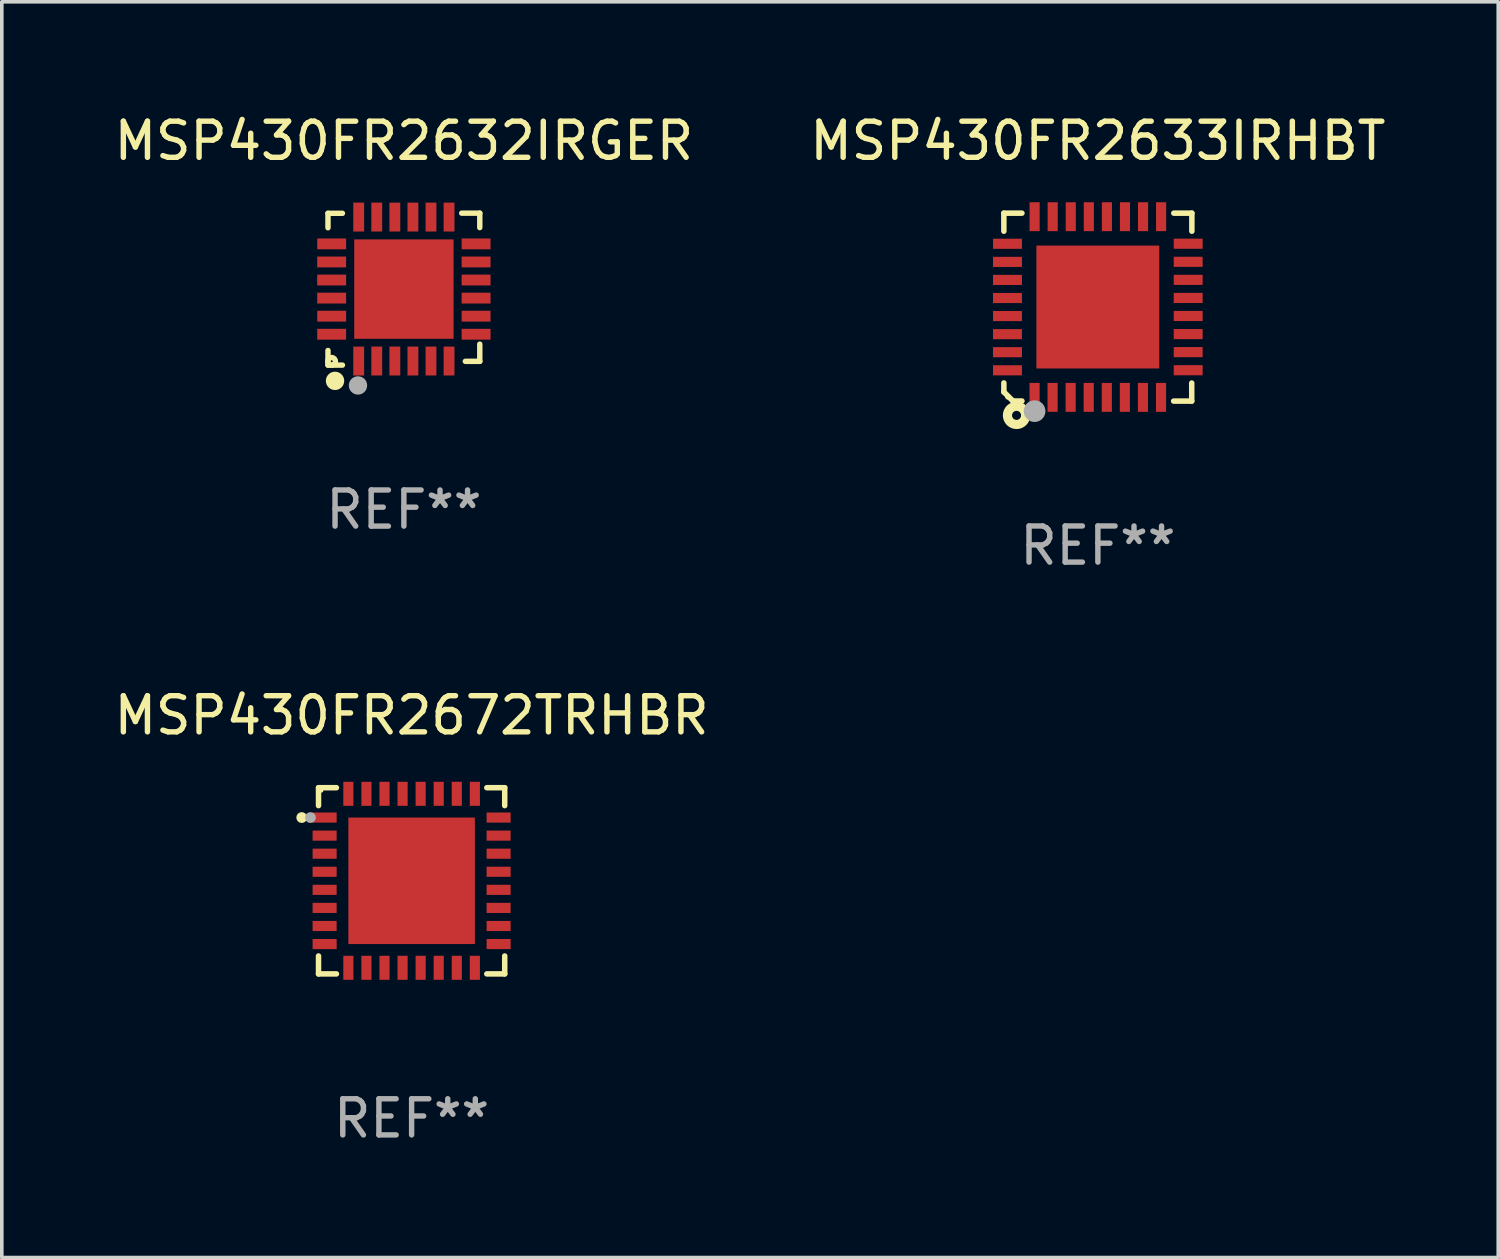
<source format=kicad_pcb>
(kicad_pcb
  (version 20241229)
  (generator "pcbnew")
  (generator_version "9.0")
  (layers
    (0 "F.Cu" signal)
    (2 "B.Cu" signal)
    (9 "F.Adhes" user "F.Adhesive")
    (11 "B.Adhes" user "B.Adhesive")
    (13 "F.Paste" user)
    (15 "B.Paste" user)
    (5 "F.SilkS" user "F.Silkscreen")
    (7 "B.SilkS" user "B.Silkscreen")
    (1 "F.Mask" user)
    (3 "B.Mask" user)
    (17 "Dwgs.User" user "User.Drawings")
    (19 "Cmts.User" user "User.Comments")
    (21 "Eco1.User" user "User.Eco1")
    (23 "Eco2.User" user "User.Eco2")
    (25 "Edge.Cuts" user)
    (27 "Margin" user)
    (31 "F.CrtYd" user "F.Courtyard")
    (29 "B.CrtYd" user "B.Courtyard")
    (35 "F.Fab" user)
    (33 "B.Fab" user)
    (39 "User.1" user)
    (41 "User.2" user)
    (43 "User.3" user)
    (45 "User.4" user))
  (footprint "MSP430FR2672TRHBR"
    (layer "F.Cu")
    (at 8.339 21.321)
    (property "Reference" "MSP430FR2672TRHBR" (at 0 -4.576 0) (layer "F.SilkS") (effects (font (size 1 1) (thickness 0.15))))
    (attr through_hole)
    (fp_line (start -2.576 -2.576) (end -2.576 -2.08) (stroke (width 0.152) (type solid)) (layer "F.SilkS"))
    (fp_line (start -2.576 2.576) (end -2.576 2.08) (stroke (width 0.152) (type solid)) (layer "F.SilkS"))
    (fp_line (start -2.08 -2.576) (end -2.576 -2.576) (stroke (width 0.152) (type solid)) (layer "F.SilkS"))
    (fp_line (start -2.08 2.576) (end -2.576 2.576) (stroke (width 0.152) (type solid)) (layer "F.SilkS"))
    (fp_line (start 2.08 -2.576) (end 2.576 -2.576) (stroke (width 0.152) (type solid)) (layer "F.SilkS"))
    (fp_line (start 2.08 2.576) (end 2.576 2.576) (stroke (width 0.152) (type solid)) (layer "F.SilkS"))
    (fp_line (start 2.576 -2.576) (end 2.576 -2.08) (stroke (width 0.152) (type solid)) (layer "F.SilkS"))
    (fp_line (start 2.576 2.576) (end 2.576 2.08) (stroke (width 0.152) (type solid)) (layer "F.SilkS"))
    (fp_circle (center -3.04 -1.75) (end -2.965 -1.75) (stroke (width 0.15) (type solid)) (fill no) (layer "F.SilkS"))
    (fp_circle (center -2.5 -2.5) (end -2.47 -2.5) (stroke (width 0.06) (type solid)) (fill no) (layer "F.SilkS"))
    (fp_circle (center -2.8 -1.75) (end -2.725 -1.75) (stroke (width 0.15) (type solid)) (fill no) (layer "F.Fab"))
    (fp_text user "REF**" (at 0 6.576 0) (layer "F.Fab") (effects (font (size 1 1) (thickness 0.15))))
    (pad "1" smd rect (at -2.407 -1.75) (size 0.665 0.28) (layers "F.Cu" "F.Mask" "F.Paste"))
    (pad "2" smd rect (at -2.407 -1.25) (size 0.665 0.28) (layers "F.Cu" "F.Mask" "F.Paste"))
    (pad "3" smd rect (at -2.407 -0.75) (size 0.665 0.28) (layers "F.Cu" "F.Mask" "F.Paste"))
    (pad "4" smd rect (at -2.407 -0.25) (size 0.665 0.28) (layers "F.Cu" "F.Mask" "F.Paste"))
    (pad "5" smd rect (at -2.407 0.25) (size 0.665 0.28) (layers "F.Cu" "F.Mask" "F.Paste"))
    (pad "6" smd rect (at -2.407 0.75) (size 0.665 0.28) (layers "F.Cu" "F.Mask" "F.Paste"))
    (pad "7" smd rect (at -2.407 1.25) (size 0.665 0.28) (layers "F.Cu" "F.Mask" "F.Paste"))
    (pad "8" smd rect (at -2.407 1.75) (size 0.665 0.28) (layers "F.Cu" "F.Mask" "F.Paste"))
    (pad "9" smd rect (at -1.75 2.407) (size 0.28 0.665) (layers "F.Cu" "F.Mask" "F.Paste"))
    (pad "10" smd rect (at -1.25 2.407) (size 0.28 0.665) (layers "F.Cu" "F.Mask" "F.Paste"))
    (pad "11" smd rect (at -0.75 2.407) (size 0.28 0.665) (layers "F.Cu" "F.Mask" "F.Paste"))
    (pad "12" smd rect (at -0.25 2.407) (size 0.28 0.665) (layers "F.Cu" "F.Mask" "F.Paste"))
    (pad "13" smd rect (at 0.25 2.407) (size 0.28 0.665) (layers "F.Cu" "F.Mask" "F.Paste"))
    (pad "14" smd rect (at 0.75 2.407) (size 0.28 0.665) (layers "F.Cu" "F.Mask" "F.Paste"))
    (pad "15" smd rect (at 1.25 2.407) (size 0.28 0.665) (layers "F.Cu" "F.Mask" "F.Paste"))
    (pad "16" smd rect (at 1.75 2.407) (size 0.28 0.665) (layers "F.Cu" "F.Mask" "F.Paste"))
    (pad "17" smd rect (at 2.407 1.75) (size 0.665 0.28) (layers "F.Cu" "F.Mask" "F.Paste"))
    (pad "18" smd rect (at 2.407 1.25) (size 0.665 0.28) (layers "F.Cu" "F.Mask" "F.Paste"))
    (pad "19" smd rect (at 2.407 0.75) (size 0.665 0.28) (layers "F.Cu" "F.Mask" "F.Paste"))
    (pad "20" smd rect (at 2.407 0.25) (size 0.665 0.28) (layers "F.Cu" "F.Mask" "F.Paste"))
    (pad "21" smd rect (at 2.407 -0.25) (size 0.665 0.28) (layers "F.Cu" "F.Mask" "F.Paste"))
    (pad "22" smd rect (at 2.407 -0.75) (size 0.665 0.28) (layers "F.Cu" "F.Mask" "F.Paste"))
    (pad "23" smd rect (at 2.407 -1.25) (size 0.665 0.28) (layers "F.Cu" "F.Mask" "F.Paste"))
    (pad "24" smd rect (at 2.407 -1.75) (size 0.665 0.28) (layers "F.Cu" "F.Mask" "F.Paste"))
    (pad "25" smd rect (at 1.75 -2.407) (size 0.28 0.665) (layers "F.Cu" "F.Mask" "F.Paste"))
    (pad "26" smd rect (at 1.25 -2.407) (size 0.28 0.665) (layers "F.Cu" "F.Mask" "F.Paste"))
    (pad "27" smd rect (at 0.75 -2.407) (size 0.28 0.665) (layers "F.Cu" "F.Mask" "F.Paste"))
    (pad "28" smd rect (at 0.25 -2.407) (size 0.28 0.665) (layers "F.Cu" "F.Mask" "F.Paste"))
    (pad "29" smd rect (at -0.25 -2.407) (size 0.28 0.665) (layers "F.Cu" "F.Mask" "F.Paste"))
    (pad "30" smd rect (at -0.75 -2.407) (size 0.28 0.665) (layers "F.Cu" "F.Mask" "F.Paste"))
    (pad "31" smd rect (at -1.25 -2.407) (size 0.28 0.665) (layers "F.Cu" "F.Mask" "F.Paste"))
    (pad "32" smd rect (at -1.75 -2.407) (size 0.28 0.665) (layers "F.Cu" "F.Mask" "F.Paste"))
    (pad "33" smd rect (at 0 0) (size 3.5 3.5) (layers "F.Cu" "F.Mask" "F.Paste")))
  (footprint "MSP430FR2632IRGER"
    (layer "F.Cu")
    (at 8.125 4.95)
    (property "Reference" "MSP430FR2632IRGER" (at 0 -4.102 0) (layer "F.SilkS") (effects (font (size 1 1) (thickness 0.15))))
    (attr through_hole)
    (fp_line (start -2.1 -2.098) (end -1.7 -2.098) (stroke (width 0.15) (type solid)) (layer "F.SilkS"))
    (fp_line (start -2.1 -1.698) (end -2.1 -2.098) (stroke (width 0.15) (type solid)) (layer "F.SilkS"))
    (fp_line (start -2.1 2.102) (end -2.1 1.698) (stroke (width 0.15) (type solid)) (layer "F.SilkS"))
    (fp_line (start -1.7 2.102) (end -2.1 2.102) (stroke (width 0.15) (type solid)) (layer "F.SilkS"))
    (fp_line (start 1.6 -2.102) (end 2.1 -2.102) (stroke (width 0.15) (type solid)) (layer "F.SilkS"))
    (fp_line (start 1.7 1.998) (end 2.1 1.998) (stroke (width 0.15) (type solid)) (layer "F.SilkS"))
    (fp_line (start 2.1 -2.102) (end 2.1 -1.702) (stroke (width 0.15) (type solid)) (layer "F.SilkS"))
    (fp_line (start 2.1 1.998) (end 2.1 1.522) (stroke (width 0.15) (type solid)) (layer "F.SilkS"))
    (fp_circle (center -2 1.998) (end -1.97 1.998) (stroke (width 0.15) (type solid)) (fill no) (layer "F.SilkS"))
    (fp_circle (center -1.905 2.538) (end -1.778 2.538) (stroke (width 0.254) (type solid)) (fill no) (layer "F.SilkS"))
    (fp_circle (center -1.27 2.665) (end -1.143 2.665) (stroke (width 0.254) (type solid)) (fill no) (layer "F.Fab"))
    (fp_text user "REF**" (at 0 6.102 0) (layer "F.Fab") (effects (font (size 1 1) (thickness 0.15))))
    (pad "1" smd rect (at -1.25 1.99 180) (size 0.3 0.8) (layers "F.Cu" "F.Mask" "F.Paste"))
    (pad "2" smd rect (at -0.75 1.989 180) (size 0.3 0.8) (layers "F.Cu" "F.Mask" "F.Paste"))
    (pad "3" smd rect (at -0.25 1.989 180) (size 0.3 0.8) (layers "F.Cu" "F.Mask" "F.Paste"))
    (pad "4" smd rect (at 0.25 1.989 180) (size 0.3 0.8) (layers "F.Cu" "F.Mask" "F.Paste"))
    (pad "5" smd rect (at 0.75 1.989 180) (size 0.3 0.8) (layers "F.Cu" "F.Mask" "F.Paste"))
    (pad "6" smd rect (at 1.25 1.989 180) (size 0.3 0.8) (layers "F.Cu" "F.Mask" "F.Paste"))
    (pad "7" smd rect (at 1.998 1.248 270) (size 0.3 0.8) (layers "F.Cu" "F.Mask" "F.Paste"))
    (pad "8" smd rect (at 1.998 0.748 270) (size 0.3 0.8) (layers "F.Cu" "F.Mask" "F.Paste"))
    (pad "9" smd rect (at 1.998 0.248 270) (size 0.3 0.8) (layers "F.Cu" "F.Mask" "F.Paste"))
    (pad "10" smd rect (at 1.998 -0.252 270) (size 0.3 0.8) (layers "F.Cu" "F.Mask" "F.Paste"))
    (pad "11" smd rect (at 1.998 -0.752 270) (size 0.3 0.8) (layers "F.Cu" "F.Mask" "F.Paste"))
    (pad "12" smd rect (at 1.998 -1.252 270) (size 0.3 0.8) (layers "F.Cu" "F.Mask" "F.Paste"))
    (pad "13" smd rect (at 1.25 -1.994) (size 0.3 0.8) (layers "F.Cu" "F.Mask" "F.Paste"))
    (pad "14" smd rect (at 0.75 -1.994) (size 0.3 0.8) (layers "F.Cu" "F.Mask" "F.Paste"))
    (pad "15" smd rect (at 0.25 -1.994) (size 0.3 0.8) (layers "F.Cu" "F.Mask" "F.Paste"))
    (pad "16" smd rect (at -0.25 -1.994) (size 0.3 0.8) (layers "F.Cu" "F.Mask" "F.Paste"))
    (pad "17" smd rect (at -0.75 -1.994) (size 0.3 0.8) (layers "F.Cu" "F.Mask" "F.Paste"))
    (pad "18" smd rect (at -1.25 -1.994) (size 0.3 0.8) (layers "F.Cu" "F.Mask" "F.Paste"))
    (pad "19" smd rect (at -1.998 -1.252 90) (size 0.3 0.8) (layers "F.Cu" "F.Mask" "F.Paste"))
    (pad "20" smd rect (at -1.998 -0.752 90) (size 0.3 0.8) (layers "F.Cu" "F.Mask" "F.Paste"))
    (pad "21" smd rect (at -1.998 -0.252 90) (size 0.3 0.8) (layers "F.Cu" "F.Mask" "F.Paste"))
    (pad "22" smd rect (at -1.998 0.248 90) (size 0.3 0.8) (layers "F.Cu" "F.Mask" "F.Paste"))
    (pad "23" smd rect (at -1.998 0.748 90) (size 0.3 0.8) (layers "F.Cu" "F.Mask" "F.Paste"))
    (pad "24" smd rect (at -1.998 1.248 90) (size 0.3 0.8) (layers "F.Cu" "F.Mask" "F.Paste"))
    (pad "25" smd rect (at 0.001 -0.001 90) (size 2.75 2.75) (layers "F.Cu" "F.Mask" "F.Paste")))
  (footprint "MSP430FR2633IRHBT"
    (layer "F.Cu")
    (at 27.327 5.448)
    (property "Reference" "MSP430FR2633IRHBT" (at 0 -4.6 0) (layer "F.SilkS") (effects (font (size 1 1) (thickness 0.15))))
    (attr through_hole)
    (fp_line (start -2.601 2.097) (end -2.601 2.347) (stroke (width 0.152) (type solid)) (layer "F.SilkS"))
    (fp_line (start -2.601 2.347) (end -2.351 2.597) (stroke (width 0.152) (type solid)) (layer "F.SilkS"))
    (fp_line (start -2.601 -2.6) (end -2.601 -2.1) (stroke (width 0.152) (type solid)) (layer "F.SilkS"))
    (fp_line (start -2.601 -2.6) (end -2.101 -2.6) (stroke (width 0.152) (type solid)) (layer "F.SilkS"))
    (fp_line (start -2.351 2.597) (end -2.101 2.597) (stroke (width 0.152) (type solid)) (layer "F.SilkS"))
    (fp_line (start 2.597 2.6) (end 2.097 2.6) (stroke (width 0.152) (type solid)) (layer "F.SilkS"))
    (fp_line (start 2.597 2.6) (end 2.597 2.1) (stroke (width 0.152) (type solid)) (layer "F.SilkS"))
    (fp_line (start 2.601 -2.6) (end 2.101 -2.6) (stroke (width 0.152) (type solid)) (layer "F.SilkS"))
    (fp_line (start 2.601 -2.6) (end 2.601 -2.1) (stroke (width 0.152) (type solid)) (layer "F.SilkS"))
    (fp_circle (center -2.501 2.497) (end -2.471 2.497) (stroke (width 0.06) (type solid)) (fill no) (layer "F.SilkS"))
    (fp_circle (center -2.25 2.995) (end -2.125 2.995) (stroke (width 0.254) (type solid)) (fill no) (layer "F.SilkS"))
    (fp_circle (center -1.751 2.878) (end -1.601 2.878) (stroke (width 0.3) (type solid)) (fill no) (layer "F.Fab"))
    (fp_text user "REF**" (at 0 6.6 0) (layer "F.Fab") (effects (font (size 1 1) (thickness 0.15))))
    (pad "1" smd rect (at -1.751 2.497) (size 0.28 0.8) (layers "F.Cu" "F.Mask" "F.Paste"))
    (pad "2" smd rect (at -1.253 2.497) (size 0.28 0.8) (layers "F.Cu" "F.Mask" "F.Paste"))
    (pad "3" smd rect (at -0.753 2.497) (size 0.28 0.8) (layers "F.Cu" "F.Mask" "F.Paste"))
    (pad "4" smd rect (at -0.253 2.497) (size 0.28 0.8) (layers "F.Cu" "F.Mask" "F.Paste"))
    (pad "5" smd rect (at 0.247 2.497) (size 0.28 0.8) (layers "F.Cu" "F.Mask" "F.Paste"))
    (pad "6" smd rect (at 0.747 2.497) (size 0.28 0.8) (layers "F.Cu" "F.Mask" "F.Paste"))
    (pad "7" smd rect (at 1.247 2.497) (size 0.28 0.8) (layers "F.Cu" "F.Mask" "F.Paste"))
    (pad "8" smd rect (at 1.747 2.497) (size 0.28 0.8) (layers "F.Cu" "F.Mask" "F.Paste"))
    (pad "9" smd rect (at 2.499 1.746) (size 0.8 0.28) (layers "F.Cu" "F.Mask" "F.Paste"))
    (pad "10" smd rect (at 2.499 1.245) (size 0.8 0.28) (layers "F.Cu" "F.Mask" "F.Paste"))
    (pad "11" smd rect (at 2.499 0.746) (size 0.8 0.28) (layers "F.Cu" "F.Mask" "F.Paste"))
    (pad "12" smd rect (at 2.499 0.245) (size 0.8 0.28) (layers "F.Cu" "F.Mask" "F.Paste"))
    (pad "13" smd rect (at 2.499 -0.254) (size 0.8 0.28) (layers "F.Cu" "F.Mask" "F.Paste"))
    (pad "14" smd rect (at 2.499 -0.755) (size 0.8 0.28) (layers "F.Cu" "F.Mask" "F.Paste"))
    (pad "15" smd rect (at 2.499 -1.254) (size 0.8 0.28) (layers "F.Cu" "F.Mask" "F.Paste"))
    (pad "16" smd rect (at 2.499 -1.755) (size 0.8 0.28) (layers "F.Cu" "F.Mask" "F.Paste"))
    (pad "17" smd rect (at 1.75 -2.502) (size 0.28 0.8) (layers "F.Cu" "F.Mask" "F.Paste"))
    (pad "18" smd rect (at 1.25 -2.502) (size 0.28 0.8) (layers "F.Cu" "F.Mask" "F.Paste"))
    (pad "19" smd rect (at 0.75 -2.502) (size 0.28 0.8) (layers "F.Cu" "F.Mask" "F.Paste"))
    (pad "20" smd rect (at 0.25 -2.502) (size 0.28 0.8) (layers "F.Cu" "F.Mask" "F.Paste"))
    (pad "21" smd rect (at -0.25 -2.502) (size 0.28 0.8) (layers "F.Cu" "F.Mask" "F.Paste"))
    (pad "22" smd rect (at -0.75 -2.502) (size 0.28 0.8) (layers "F.Cu" "F.Mask" "F.Paste"))
    (pad "23" smd rect (at -1.25 -2.502) (size 0.28 0.8) (layers "F.Cu" "F.Mask" "F.Paste"))
    (pad "24" smd rect (at -1.75 -2.502) (size 0.28 0.8) (layers "F.Cu" "F.Mask" "F.Paste"))
    (pad "25" smd rect (at -2.501 -1.753) (size 0.8 0.28) (layers "F.Cu" "F.Mask" "F.Paste"))
    (pad "26" smd rect (at -2.501 -1.252) (size 0.8 0.28) (layers "F.Cu" "F.Mask" "F.Paste"))
    (pad "27" smd rect (at -2.501 -0.753) (size 0.8 0.28) (layers "F.Cu" "F.Mask" "F.Paste"))
    (pad "28" smd rect (at -2.501 -0.252) (size 0.8 0.28) (layers "F.Cu" "F.Mask" "F.Paste"))
    (pad "29" smd rect (at -2.501 0.247) (size 0.8 0.28) (layers "F.Cu" "F.Mask" "F.Paste"))
    (pad "30" smd rect (at -2.501 0.748) (size 0.8 0.28) (layers "F.Cu" "F.Mask" "F.Paste"))
    (pad "31" smd rect (at -2.501 1.247) (size 0.8 0.28) (layers "F.Cu" "F.Mask" "F.Paste"))
    (pad "32" smd rect (at -2.501 1.748) (size 0.8 0.28) (layers "F.Cu" "F.Mask" "F.Paste"))
    (pad "33" smd rect (at -0.001 -0.003 180) (size 3.4 3.4) (layers "F.Cu" "F.Mask" "F.Paste")))
  (gr_rect
    (start -3 -3)
    (end 38.405 31.745)
    (stroke (width 0.1) (type default))
    (fill no)
    (layer "Edge.Cuts")))
</source>
